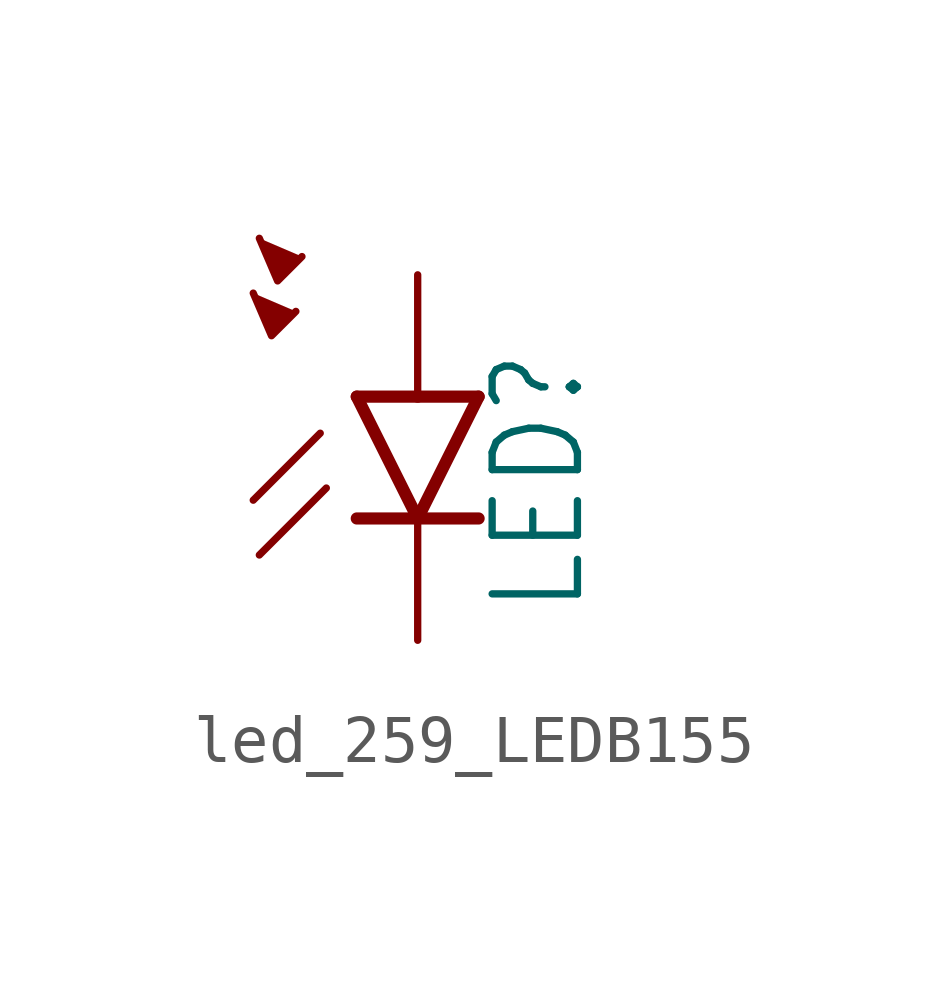
<source format=kicad_sym>
(kicad_symbol_lib
  (version 20241209)
  (generator "kicad_symbol_editor")
  (generator_version "9.0")
  (symbol "led_259_LEDB155"
    (property "Reference" "LED"
      (at 3.556 -4.572 90)
      (effects (font (size 1.778 1.511)) (justify left bottom)))
    (property "Value" ""
      (at 5.715 -4.572 90)
      (effects (font (size 1.778 1.511)) (justify left bottom)))
    (property "ki_locked" ""
      (at 0 0 0)
      (effects (font (size 1.27 1.27))))
    (symbol "led_259_LEDB155_1_0"
      (polyline (pts (xy -3.429 2.159) (xy -3.048 1.27) (xy -2.54 1.778)) (stroke (width 0.152) (type solid)) (fill (type outline)))
      (polyline (pts (xy -3.302 3.302) (xy -2.921 2.413) (xy -2.413 2.921)) (stroke (width 0.152) (type solid)) (fill (type outline)))
      (polyline (pts (xy -2.032 -0.762) (xy -3.429 -2.159)) (stroke (width 0.152) (type solid)) (fill (type none)))
      (polyline (pts (xy -1.905 -1.905) (xy -3.302 -3.302)) (stroke (width 0.152) (type solid)) (fill (type none)))
      (polyline (pts (xy 0 0) (xy -1.27 0)) (stroke (width 0.254) (type solid)) (fill (type none)))
      (polyline (pts (xy 0 -2.54) (xy -1.27 0)) (stroke (width 0.254) (type solid)) (fill (type none)))
      (polyline (pts (xy 0 -2.54) (xy -1.27 -2.54)) (stroke (width 0.254) (type solid)) (fill (type none)))
      (polyline (pts (xy 1.27 0) (xy 0 0)) (stroke (width 0.254) (type solid)) (fill (type none)))
      (polyline (pts (xy 1.27 0) (xy 0 -2.54)) (stroke (width 0.254) (type solid)) (fill (type none)))
      (polyline (pts (xy 1.27 -2.54) (xy 0 -2.54)) (stroke (width 0.254) (type solid)) (fill (type none)))
      (pin passive line (at 0 2.54 270) (length 2.54) (name "A" (effects (font (size 0 0)))) (number "A" (effects (font (size 0 0)))))
      (pin passive line (at 0 -5.08 90) (length 2.54) (name "C" (effects (font (size 0 0)))) (number "K" (effects (font (size 0 0))))))))
</source>
